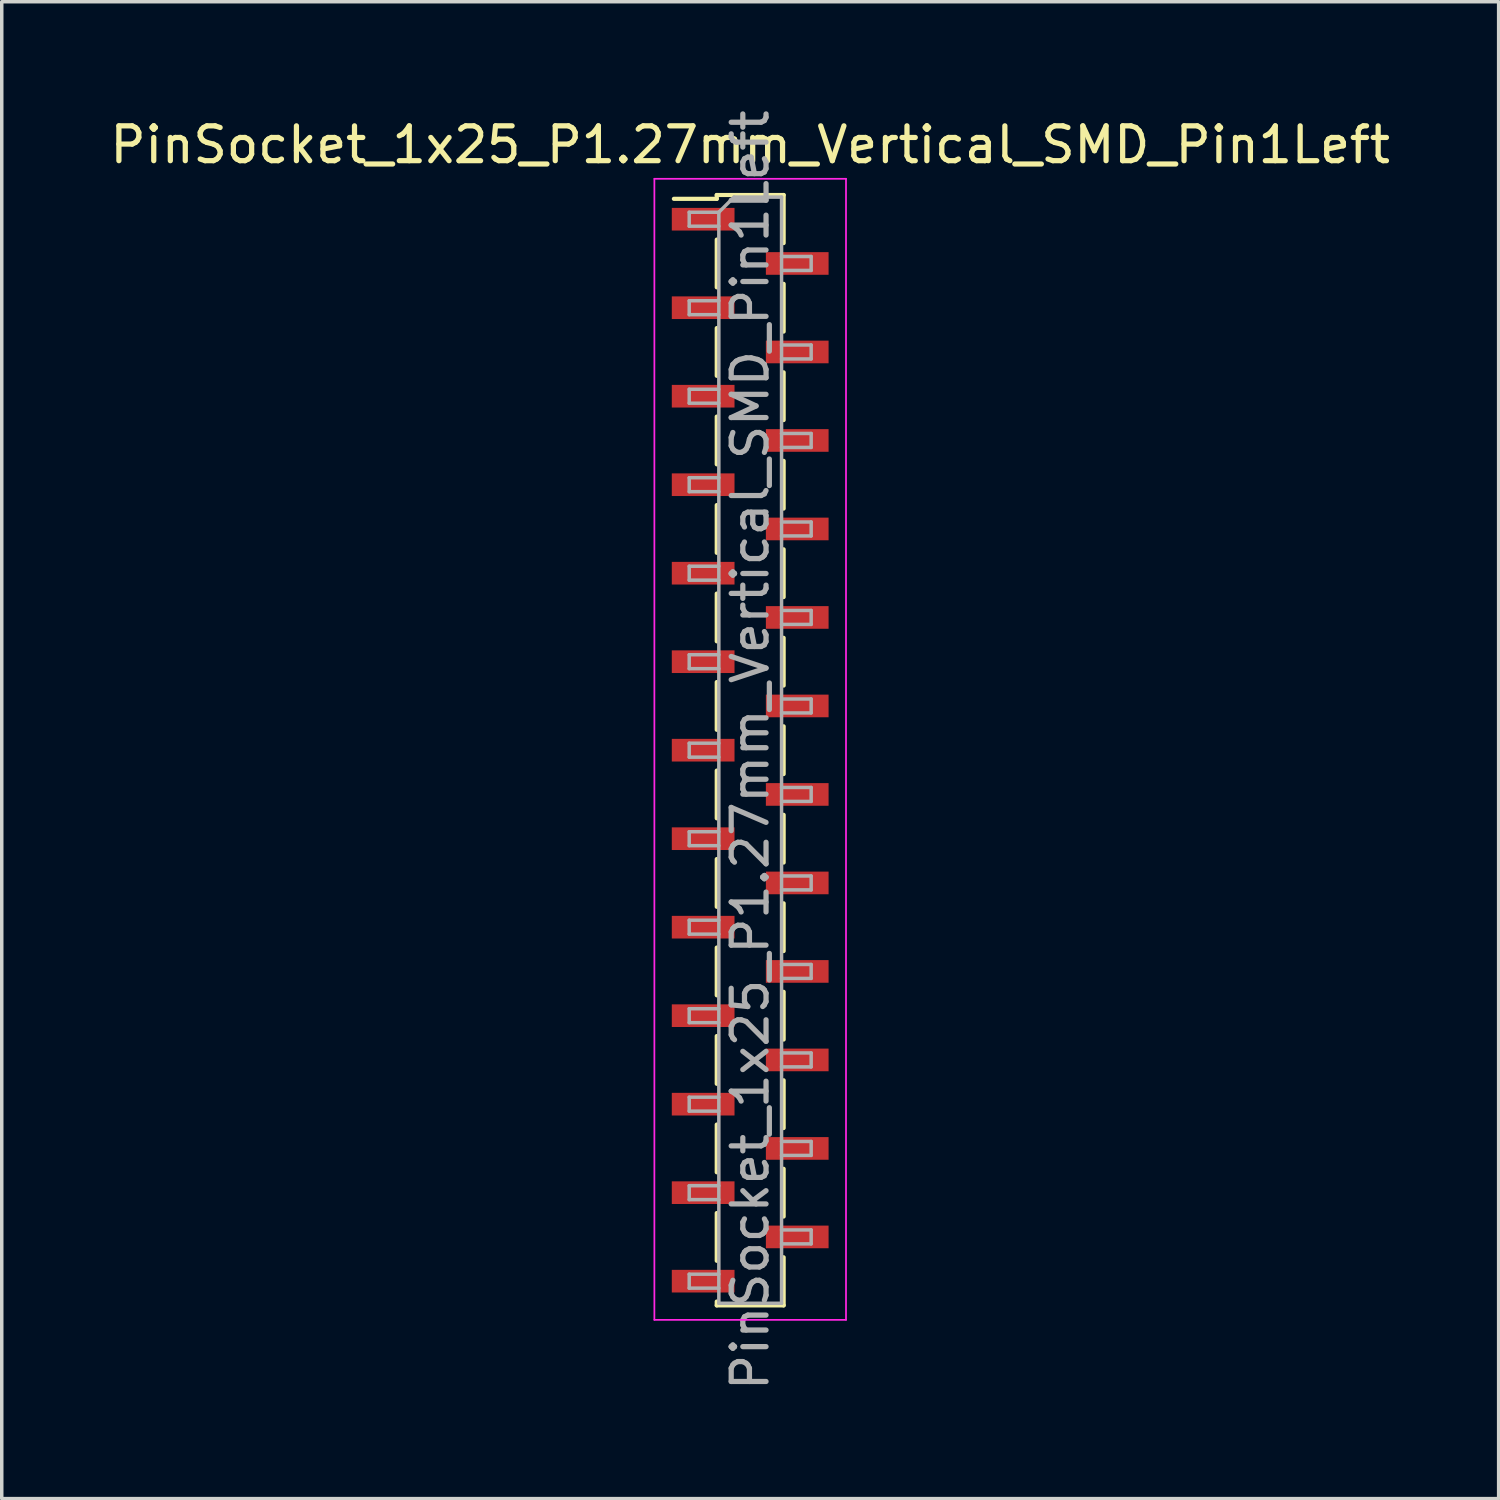
<source format=kicad_pcb>
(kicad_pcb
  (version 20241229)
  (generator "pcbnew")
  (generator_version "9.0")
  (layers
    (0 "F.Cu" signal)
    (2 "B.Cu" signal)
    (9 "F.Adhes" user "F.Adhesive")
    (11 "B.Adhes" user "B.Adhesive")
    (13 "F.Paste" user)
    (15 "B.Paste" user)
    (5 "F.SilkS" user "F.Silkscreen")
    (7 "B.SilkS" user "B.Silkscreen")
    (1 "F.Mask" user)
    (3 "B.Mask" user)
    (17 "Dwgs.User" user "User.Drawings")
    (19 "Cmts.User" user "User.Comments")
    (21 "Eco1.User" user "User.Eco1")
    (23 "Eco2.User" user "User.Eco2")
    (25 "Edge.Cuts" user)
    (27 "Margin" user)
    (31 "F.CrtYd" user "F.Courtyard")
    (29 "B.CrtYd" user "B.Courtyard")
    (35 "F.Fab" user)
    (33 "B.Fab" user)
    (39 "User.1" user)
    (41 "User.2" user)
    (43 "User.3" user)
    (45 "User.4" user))
  (footprint "PinSocket_1x25_P1.27mm_Vertical_SMD_Pin1Left"
    (layer "F.Cu")
    (at 18.482 18.482)
    (property "Reference" "PinSocket_1x25_P1.27mm_Vertical_SMD_Pin1Left" (at 0 -17.375 0) (layer "F.SilkS") (effects (font (size 1 1) (thickness 0.15))))
    (attr smd)
    (fp_line (start -2.19 -15.825) (end -0.96 -15.825) (stroke (width 0.12) (type solid)) (layer "F.SilkS"))
    (fp_line (start -0.96 -15.935) (end -0.96 -15.825) (stroke (width 0.12) (type solid)) (layer "F.SilkS"))
    (fp_line (start -0.96 -15.935) (end 0.96 -15.935) (stroke (width 0.12) (type solid)) (layer "F.SilkS"))
    (fp_line (start -0.96 -14.655) (end -0.96 -13.285) (stroke (width 0.12) (type solid)) (layer "F.SilkS"))
    (fp_line (start -0.96 -12.115) (end -0.96 -10.745) (stroke (width 0.12) (type solid)) (layer "F.SilkS"))
    (fp_line (start -0.96 -9.575) (end -0.96 -8.205) (stroke (width 0.12) (type solid)) (layer "F.SilkS"))
    (fp_line (start -0.96 -7.035) (end -0.96 -5.665) (stroke (width 0.12) (type solid)) (layer "F.SilkS"))
    (fp_line (start -0.96 -4.495) (end -0.96 -3.125) (stroke (width 0.12) (type solid)) (layer "F.SilkS"))
    (fp_line (start -0.96 -1.955) (end -0.96 -0.585) (stroke (width 0.12) (type solid)) (layer "F.SilkS"))
    (fp_line (start -0.96 0.585) (end -0.96 1.955) (stroke (width 0.12) (type solid)) (layer "F.SilkS"))
    (fp_line (start -0.96 3.125) (end -0.96 4.495) (stroke (width 0.12) (type solid)) (layer "F.SilkS"))
    (fp_line (start -0.96 5.665) (end -0.96 7.035) (stroke (width 0.12) (type solid)) (layer "F.SilkS"))
    (fp_line (start -0.96 8.205) (end -0.96 9.575) (stroke (width 0.12) (type solid)) (layer "F.SilkS"))
    (fp_line (start -0.96 10.745) (end -0.96 12.115) (stroke (width 0.12) (type solid)) (layer "F.SilkS"))
    (fp_line (start -0.96 13.285) (end -0.96 14.655) (stroke (width 0.12) (type solid)) (layer "F.SilkS"))
    (fp_line (start -0.96 15.825) (end -0.96 15.935) (stroke (width 0.12) (type solid)) (layer "F.SilkS"))
    (fp_line (start -0.96 15.935) (end 0.96 15.935) (stroke (width 0.12) (type solid)) (layer "F.SilkS"))
    (fp_line (start 0.96 -15.935) (end 0.96 -14.555) (stroke (width 0.12) (type solid)) (layer "F.SilkS"))
    (fp_line (start 0.96 -13.385) (end 0.96 -12.015) (stroke (width 0.12) (type solid)) (layer "F.SilkS"))
    (fp_line (start 0.96 -10.845) (end 0.96 -9.475) (stroke (width 0.12) (type solid)) (layer "F.SilkS"))
    (fp_line (start 0.96 -8.305) (end 0.96 -6.935) (stroke (width 0.12) (type solid)) (layer "F.SilkS"))
    (fp_line (start 0.96 -5.765) (end 0.96 -4.395) (stroke (width 0.12) (type solid)) (layer "F.SilkS"))
    (fp_line (start 0.96 -3.225) (end 0.96 -1.855) (stroke (width 0.12) (type solid)) (layer "F.SilkS"))
    (fp_line (start 0.96 -0.685) (end 0.96 0.685) (stroke (width 0.12) (type solid)) (layer "F.SilkS"))
    (fp_line (start 0.96 1.855) (end 0.96 3.225) (stroke (width 0.12) (type solid)) (layer "F.SilkS"))
    (fp_line (start 0.96 4.395) (end 0.96 5.765) (stroke (width 0.12) (type solid)) (layer "F.SilkS"))
    (fp_line (start 0.96 6.935) (end 0.96 8.305) (stroke (width 0.12) (type solid)) (layer "F.SilkS"))
    (fp_line (start 0.96 9.475) (end 0.96 10.845) (stroke (width 0.12) (type solid)) (layer "F.SilkS"))
    (fp_line (start 0.96 12.015) (end 0.96 13.385) (stroke (width 0.12) (type solid)) (layer "F.SilkS"))
    (fp_line (start 0.96 14.555) (end 0.96 15.935) (stroke (width 0.12) (type solid)) (layer "F.SilkS"))
    (fp_line (start -2.75 -16.4) (end 2.75 -16.4) (stroke (width 0.05) (type solid)) (layer "F.CrtYd"))
    (fp_line (start -2.75 16.35) (end -2.75 -16.4) (stroke (width 0.05) (type solid)) (layer "F.CrtYd"))
    (fp_line (start 2.75 -16.4) (end 2.75 16.35) (stroke (width 0.05) (type solid)) (layer "F.CrtYd"))
    (fp_line (start 2.75 16.35) (end -2.75 16.35) (stroke (width 0.05) (type solid)) (layer "F.CrtYd"))
    (fp_line (start -1.75 -15.44) (end -0.9 -15.44) (stroke (width 0.1) (type solid)) (layer "F.Fab"))
    (fp_line (start -1.75 -15.04) (end -1.75 -15.44) (stroke (width 0.1) (type solid)) (layer "F.Fab"))
    (fp_line (start -1.75 -12.9) (end -0.9 -12.9) (stroke (width 0.1) (type solid)) (layer "F.Fab"))
    (fp_line (start -1.75 -12.5) (end -1.75 -12.9) (stroke (width 0.1) (type solid)) (layer "F.Fab"))
    (fp_line (start -1.75 -10.36) (end -0.9 -10.36) (stroke (width 0.1) (type solid)) (layer "F.Fab"))
    (fp_line (start -1.75 -9.96) (end -1.75 -10.36) (stroke (width 0.1) (type solid)) (layer "F.Fab"))
    (fp_line (start -1.75 -7.82) (end -0.9 -7.82) (stroke (width 0.1) (type solid)) (layer "F.Fab"))
    (fp_line (start -1.75 -7.42) (end -1.75 -7.82) (stroke (width 0.1) (type solid)) (layer "F.Fab"))
    (fp_line (start -1.75 -5.28) (end -0.9 -5.28) (stroke (width 0.1) (type solid)) (layer "F.Fab"))
    (fp_line (start -1.75 -4.88) (end -1.75 -5.28) (stroke (width 0.1) (type solid)) (layer "F.Fab"))
    (fp_line (start -1.75 -2.74) (end -0.9 -2.74) (stroke (width 0.1) (type solid)) (layer "F.Fab"))
    (fp_line (start -1.75 -2.34) (end -1.75 -2.74) (stroke (width 0.1) (type solid)) (layer "F.Fab"))
    (fp_line (start -1.75 -0.2) (end -0.9 -0.2) (stroke (width 0.1) (type solid)) (layer "F.Fab"))
    (fp_line (start -1.75 0.2) (end -1.75 -0.2) (stroke (width 0.1) (type solid)) (layer "F.Fab"))
    (fp_line (start -1.75 2.34) (end -0.9 2.34) (stroke (width 0.1) (type solid)) (layer "F.Fab"))
    (fp_line (start -1.75 2.74) (end -1.75 2.34) (stroke (width 0.1) (type solid)) (layer "F.Fab"))
    (fp_line (start -1.75 4.88) (end -0.9 4.88) (stroke (width 0.1) (type solid)) (layer "F.Fab"))
    (fp_line (start -1.75 5.28) (end -1.75 4.88) (stroke (width 0.1) (type solid)) (layer "F.Fab"))
    (fp_line (start -1.75 7.42) (end -0.9 7.42) (stroke (width 0.1) (type solid)) (layer "F.Fab"))
    (fp_line (start -1.75 7.82) (end -1.75 7.42) (stroke (width 0.1) (type solid)) (layer "F.Fab"))
    (fp_line (start -1.75 9.96) (end -0.9 9.96) (stroke (width 0.1) (type solid)) (layer "F.Fab"))
    (fp_line (start -1.75 10.36) (end -1.75 9.96) (stroke (width 0.1) (type solid)) (layer "F.Fab"))
    (fp_line (start -1.75 12.5) (end -0.9 12.5) (stroke (width 0.1) (type solid)) (layer "F.Fab"))
    (fp_line (start -1.75 12.9) (end -1.75 12.5) (stroke (width 0.1) (type solid)) (layer "F.Fab"))
    (fp_line (start -1.75 15.04) (end -0.9 15.04) (stroke (width 0.1) (type solid)) (layer "F.Fab"))
    (fp_line (start -1.75 15.44) (end -1.75 15.04) (stroke (width 0.1) (type solid)) (layer "F.Fab"))
    (fp_line (start -0.9 -15.44) (end -0.465 -15.875) (stroke (width 0.1) (type solid)) (layer "F.Fab"))
    (fp_line (start -0.9 -15.04) (end -1.75 -15.04) (stroke (width 0.1) (type solid)) (layer "F.Fab"))
    (fp_line (start -0.9 -12.5) (end -1.75 -12.5) (stroke (width 0.1) (type solid)) (layer "F.Fab"))
    (fp_line (start -0.9 -9.96) (end -1.75 -9.96) (stroke (width 0.1) (type solid)) (layer "F.Fab"))
    (fp_line (start -0.9 -7.42) (end -1.75 -7.42) (stroke (width 0.1) (type solid)) (layer "F.Fab"))
    (fp_line (start -0.9 -4.88) (end -1.75 -4.88) (stroke (width 0.1) (type solid)) (layer "F.Fab"))
    (fp_line (start -0.9 -2.34) (end -1.75 -2.34) (stroke (width 0.1) (type solid)) (layer "F.Fab"))
    (fp_line (start -0.9 0.2) (end -1.75 0.2) (stroke (width 0.1) (type solid)) (layer "F.Fab"))
    (fp_line (start -0.9 2.74) (end -1.75 2.74) (stroke (width 0.1) (type solid)) (layer "F.Fab"))
    (fp_line (start -0.9 5.28) (end -1.75 5.28) (stroke (width 0.1) (type solid)) (layer "F.Fab"))
    (fp_line (start -0.9 7.82) (end -1.75 7.82) (stroke (width 0.1) (type solid)) (layer "F.Fab"))
    (fp_line (start -0.9 10.36) (end -1.75 10.36) (stroke (width 0.1) (type solid)) (layer "F.Fab"))
    (fp_line (start -0.9 12.9) (end -1.75 12.9) (stroke (width 0.1) (type solid)) (layer "F.Fab"))
    (fp_line (start -0.9 15.44) (end -1.75 15.44) (stroke (width 0.1) (type solid)) (layer "F.Fab"))
    (fp_line (start -0.9 15.875) (end -0.9 -15.44) (stroke (width 0.1) (type solid)) (layer "F.Fab"))
    (fp_line (start -0.465 -15.875) (end 0.9 -15.875) (stroke (width 0.1) (type solid)) (layer "F.Fab"))
    (fp_line (start 0.9 -15.875) (end 0.9 15.875) (stroke (width 0.1) (type solid)) (layer "F.Fab"))
    (fp_line (start 0.9 -14.17) (end 1.75 -14.17) (stroke (width 0.1) (type solid)) (layer "F.Fab"))
    (fp_line (start 0.9 -11.63) (end 1.75 -11.63) (stroke (width 0.1) (type solid)) (layer "F.Fab"))
    (fp_line (start 0.9 -9.09) (end 1.75 -9.09) (stroke (width 0.1) (type solid)) (layer "F.Fab"))
    (fp_line (start 0.9 -6.55) (end 1.75 -6.55) (stroke (width 0.1) (type solid)) (layer "F.Fab"))
    (fp_line (start 0.9 -4.01) (end 1.75 -4.01) (stroke (width 0.1) (type solid)) (layer "F.Fab"))
    (fp_line (start 0.9 -1.47) (end 1.75 -1.47) (stroke (width 0.1) (type solid)) (layer "F.Fab"))
    (fp_line (start 0.9 1.07) (end 1.75 1.07) (stroke (width 0.1) (type solid)) (layer "F.Fab"))
    (fp_line (start 0.9 3.61) (end 1.75 3.61) (stroke (width 0.1) (type solid)) (layer "F.Fab"))
    (fp_line (start 0.9 6.15) (end 1.75 6.15) (stroke (width 0.1) (type solid)) (layer "F.Fab"))
    (fp_line (start 0.9 8.69) (end 1.75 8.69) (stroke (width 0.1) (type solid)) (layer "F.Fab"))
    (fp_line (start 0.9 11.23) (end 1.75 11.23) (stroke (width 0.1) (type solid)) (layer "F.Fab"))
    (fp_line (start 0.9 13.77) (end 1.75 13.77) (stroke (width 0.1) (type solid)) (layer "F.Fab"))
    (fp_line (start 0.9 15.875) (end -0.9 15.875) (stroke (width 0.1) (type solid)) (layer "F.Fab"))
    (fp_line (start 1.75 -14.17) (end 1.75 -13.77) (stroke (width 0.1) (type solid)) (layer "F.Fab"))
    (fp_line (start 1.75 -13.77) (end 0.9 -13.77) (stroke (width 0.1) (type solid)) (layer "F.Fab"))
    (fp_line (start 1.75 -11.63) (end 1.75 -11.23) (stroke (width 0.1) (type solid)) (layer "F.Fab"))
    (fp_line (start 1.75 -11.23) (end 0.9 -11.23) (stroke (width 0.1) (type solid)) (layer "F.Fab"))
    (fp_line (start 1.75 -9.09) (end 1.75 -8.69) (stroke (width 0.1) (type solid)) (layer "F.Fab"))
    (fp_line (start 1.75 -8.69) (end 0.9 -8.69) (stroke (width 0.1) (type solid)) (layer "F.Fab"))
    (fp_line (start 1.75 -6.55) (end 1.75 -6.15) (stroke (width 0.1) (type solid)) (layer "F.Fab"))
    (fp_line (start 1.75 -6.15) (end 0.9 -6.15) (stroke (width 0.1) (type solid)) (layer "F.Fab"))
    (fp_line (start 1.75 -4.01) (end 1.75 -3.61) (stroke (width 0.1) (type solid)) (layer "F.Fab"))
    (fp_line (start 1.75 -3.61) (end 0.9 -3.61) (stroke (width 0.1) (type solid)) (layer "F.Fab"))
    (fp_line (start 1.75 -1.47) (end 1.75 -1.07) (stroke (width 0.1) (type solid)) (layer "F.Fab"))
    (fp_line (start 1.75 -1.07) (end 0.9 -1.07) (stroke (width 0.1) (type solid)) (layer "F.Fab"))
    (fp_line (start 1.75 1.07) (end 1.75 1.47) (stroke (width 0.1) (type solid)) (layer "F.Fab"))
    (fp_line (start 1.75 1.47) (end 0.9 1.47) (stroke (width 0.1) (type solid)) (layer "F.Fab"))
    (fp_line (start 1.75 3.61) (end 1.75 4.01) (stroke (width 0.1) (type solid)) (layer "F.Fab"))
    (fp_line (start 1.75 4.01) (end 0.9 4.01) (stroke (width 0.1) (type solid)) (layer "F.Fab"))
    (fp_line (start 1.75 6.15) (end 1.75 6.55) (stroke (width 0.1) (type solid)) (layer "F.Fab"))
    (fp_line (start 1.75 6.55) (end 0.9 6.55) (stroke (width 0.1) (type solid)) (layer "F.Fab"))
    (fp_line (start 1.75 8.69) (end 1.75 9.09) (stroke (width 0.1) (type solid)) (layer "F.Fab"))
    (fp_line (start 1.75 9.09) (end 0.9 9.09) (stroke (width 0.1) (type solid)) (layer "F.Fab"))
    (fp_line (start 1.75 11.23) (end 1.75 11.63) (stroke (width 0.1) (type solid)) (layer "F.Fab"))
    (fp_line (start 1.75 11.63) (end 0.9 11.63) (stroke (width 0.1) (type solid)) (layer "F.Fab"))
    (fp_line (start 1.75 13.77) (end 1.75 14.17) (stroke (width 0.1) (type solid)) (layer "F.Fab"))
    (fp_line (start 1.75 14.17) (end 0.9 14.17) (stroke (width 0.1) (type solid)) (layer "F.Fab"))
    (fp_text user "${REFERENCE}" (at 0 0 90) (layer "F.Fab") (effects (font (size 1 1) (thickness 0.15))))
    (pad "1" smd rect (at -1.35 -15.24) (size 1.8 0.65) (layers "F.Cu" "F.Mask" "F.Paste"))
    (pad "2" smd rect (at 1.35 -13.97) (size 1.8 0.65) (layers "F.Cu" "F.Mask" "F.Paste"))
    (pad "3" smd rect (at -1.35 -12.7) (size 1.8 0.65) (layers "F.Cu" "F.Mask" "F.Paste"))
    (pad "4" smd rect (at 1.35 -11.43) (size 1.8 0.65) (layers "F.Cu" "F.Mask" "F.Paste"))
    (pad "5" smd rect (at -1.35 -10.16) (size 1.8 0.65) (layers "F.Cu" "F.Mask" "F.Paste"))
    (pad "6" smd rect (at 1.35 -8.89) (size 1.8 0.65) (layers "F.Cu" "F.Mask" "F.Paste"))
    (pad "7" smd rect (at -1.35 -7.62) (size 1.8 0.65) (layers "F.Cu" "F.Mask" "F.Paste"))
    (pad "8" smd rect (at 1.35 -6.35) (size 1.8 0.65) (layers "F.Cu" "F.Mask" "F.Paste"))
    (pad "9" smd rect (at -1.35 -5.08) (size 1.8 0.65) (layers "F.Cu" "F.Mask" "F.Paste"))
    (pad "10" smd rect (at 1.35 -3.81) (size 1.8 0.65) (layers "F.Cu" "F.Mask" "F.Paste"))
    (pad "11" smd rect (at -1.35 -2.54) (size 1.8 0.65) (layers "F.Cu" "F.Mask" "F.Paste"))
    (pad "12" smd rect (at 1.35 -1.27) (size 1.8 0.65) (layers "F.Cu" "F.Mask" "F.Paste"))
    (pad "13" smd rect (at -1.35 0) (size 1.8 0.65) (layers "F.Cu" "F.Mask" "F.Paste"))
    (pad "14" smd rect (at 1.35 1.27) (size 1.8 0.65) (layers "F.Cu" "F.Mask" "F.Paste"))
    (pad "15" smd rect (at -1.35 2.54) (size 1.8 0.65) (layers "F.Cu" "F.Mask" "F.Paste"))
    (pad "16" smd rect (at 1.35 3.81) (size 1.8 0.65) (layers "F.Cu" "F.Mask" "F.Paste"))
    (pad "17" smd rect (at -1.35 5.08) (size 1.8 0.65) (layers "F.Cu" "F.Mask" "F.Paste"))
    (pad "18" smd rect (at 1.35 6.35) (size 1.8 0.65) (layers "F.Cu" "F.Mask" "F.Paste"))
    (pad "19" smd rect (at -1.35 7.62) (size 1.8 0.65) (layers "F.Cu" "F.Mask" "F.Paste"))
    (pad "20" smd rect (at 1.35 8.89) (size 1.8 0.65) (layers "F.Cu" "F.Mask" "F.Paste"))
    (pad "21" smd rect (at -1.35 10.16) (size 1.8 0.65) (layers "F.Cu" "F.Mask" "F.Paste"))
    (pad "22" smd rect (at 1.35 11.43) (size 1.8 0.65) (layers "F.Cu" "F.Mask" "F.Paste"))
    (pad "23" smd rect (at -1.35 12.7) (size 1.8 0.65) (layers "F.Cu" "F.Mask" "F.Paste"))
    (pad "24" smd rect (at 1.35 13.97) (size 1.8 0.65) (layers "F.Cu" "F.Mask" "F.Paste"))
    (pad "25" smd rect (at -1.35 15.24) (size 1.8 0.65) (layers "F.Cu" "F.Mask" "F.Paste")))
  (gr_rect
    (start -3 -3)
    (end 39.964 39.964)
    (stroke (width 0.1) (type default))
    (fill no)
    (layer "Edge.Cuts")))
</source>
